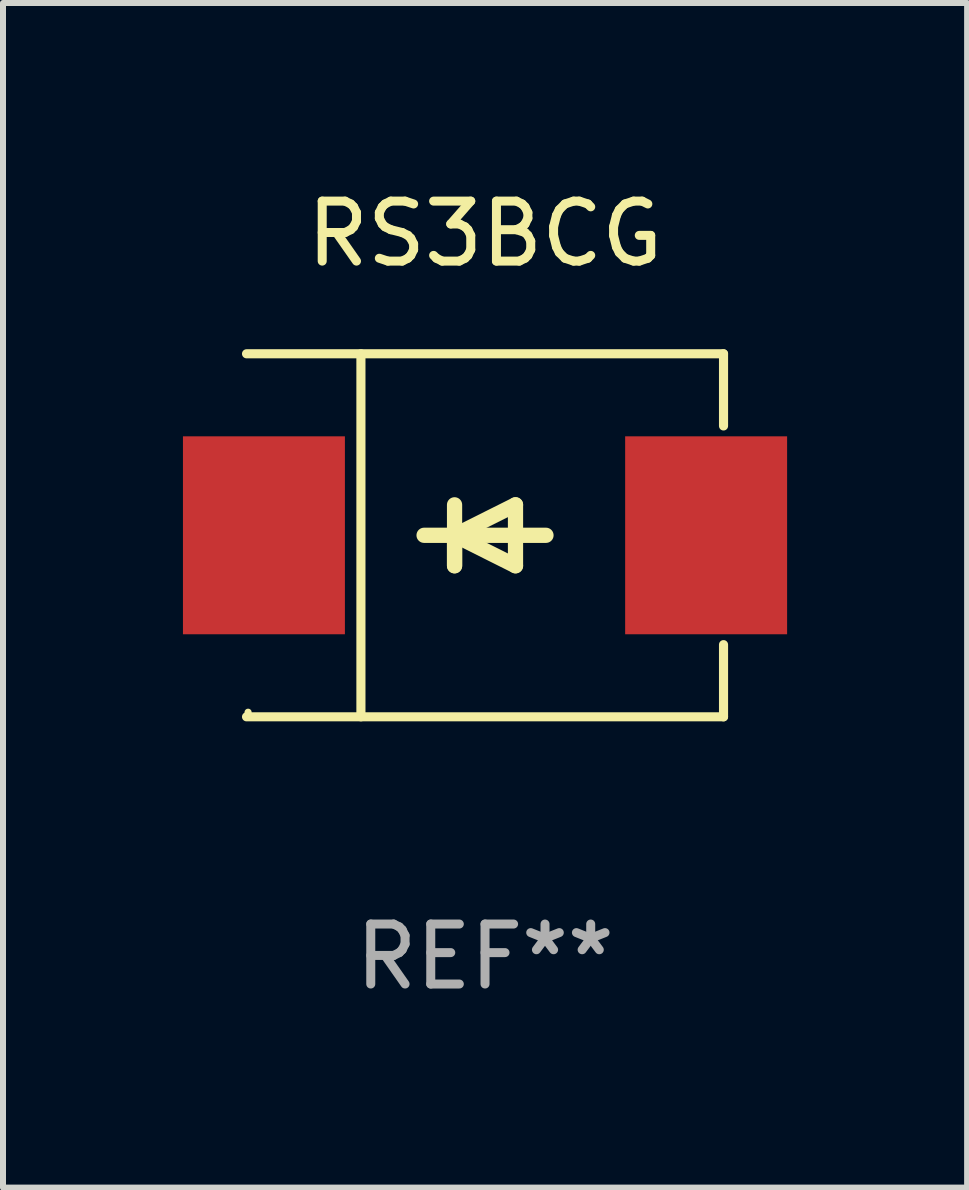
<source format=kicad_pcb>
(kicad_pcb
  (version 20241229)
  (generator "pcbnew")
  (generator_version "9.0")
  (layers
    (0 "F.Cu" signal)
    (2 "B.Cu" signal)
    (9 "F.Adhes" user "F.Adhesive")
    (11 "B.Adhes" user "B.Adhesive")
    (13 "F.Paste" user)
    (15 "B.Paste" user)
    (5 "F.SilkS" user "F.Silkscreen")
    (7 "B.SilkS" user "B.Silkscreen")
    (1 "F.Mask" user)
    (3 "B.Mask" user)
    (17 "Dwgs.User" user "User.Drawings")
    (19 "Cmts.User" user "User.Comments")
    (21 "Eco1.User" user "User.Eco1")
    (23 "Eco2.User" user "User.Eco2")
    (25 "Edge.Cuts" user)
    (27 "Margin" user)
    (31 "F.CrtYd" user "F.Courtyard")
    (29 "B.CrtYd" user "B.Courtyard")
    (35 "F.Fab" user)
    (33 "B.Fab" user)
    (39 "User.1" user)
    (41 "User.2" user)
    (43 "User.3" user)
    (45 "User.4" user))
  (footprint "RS3BCG"
    (layer "F.Cu")
    (at 5.036 5.874)
    (property "Reference" "RS3BCG" (at 0 -5.026 0) (layer "F.SilkS") (effects (font (size 1 1) (thickness 0.15))))
    (attr through_hole)
    (fp_line (start -3.976 -3.026) (end 3.976 -3.026) (stroke (width 0.152) (type solid)) (layer "F.SilkS"))
    (fp_line (start -3.976 3.026) (end 3.976 3.026) (stroke (width 0.152) (type solid)) (layer "F.SilkS"))
    (fp_line (start -2.069 -3.026) (end -2.069 3.026) (stroke (width 0.152) (type solid)) (layer "F.SilkS"))
    (fp_line (start -0.508 0) (end -0.508 0.508) (stroke (width 0.254) (type solid)) (layer "F.SilkS"))
    (fp_line (start -0.508 0) (end 0.508 0.508) (stroke (width 0.254) (type solid)) (layer "F.SilkS"))
    (fp_line (start -0.508 0.508) (end -0.508 -0.508) (stroke (width 0.254) (type solid)) (layer "F.SilkS"))
    (fp_line (start 0.508 -0.508) (end -0.508 0) (stroke (width 0.254) (type solid)) (layer "F.SilkS"))
    (fp_line (start 0.508 0.508) (end 0.508 -0.508) (stroke (width 0.254) (type solid)) (layer "F.SilkS"))
    (fp_line (start 1.016 0) (end -1.016 0) (stroke (width 0.254) (type solid)) (layer "F.SilkS"))
    (fp_line (start 3.976 -3.026) (end 3.976 -1.823) (stroke (width 0.152) (type solid)) (layer "F.SilkS"))
    (fp_line (start 3.976 3.026) (end 3.976 1.823) (stroke (width 0.152) (type solid)) (layer "F.SilkS"))
    (fp_circle (center -3.95 2.95) (end -3.92 2.95) (stroke (width 0.06) (type solid)) (fill no) (layer "F.SilkS"))
    (fp_text user "REF**" (at 0 7.026 0) (layer "F.Fab") (effects (font (size 1 1) (thickness 0.15))))
    (pad "1" smd rect (at -3.686 0) (size 2.7 3.3) (layers "F.Cu" "F.Mask" "F.Paste"))
    (pad "2" smd rect (at 3.686 0) (size 2.7 3.3) (layers "F.Cu" "F.Mask" "F.Paste")))
  (gr_rect
    (start -3 -3)
    (end 13.073 16.749)
    (stroke (width 0.1) (type default))
    (fill no)
    (layer "Edge.Cuts")))
</source>
